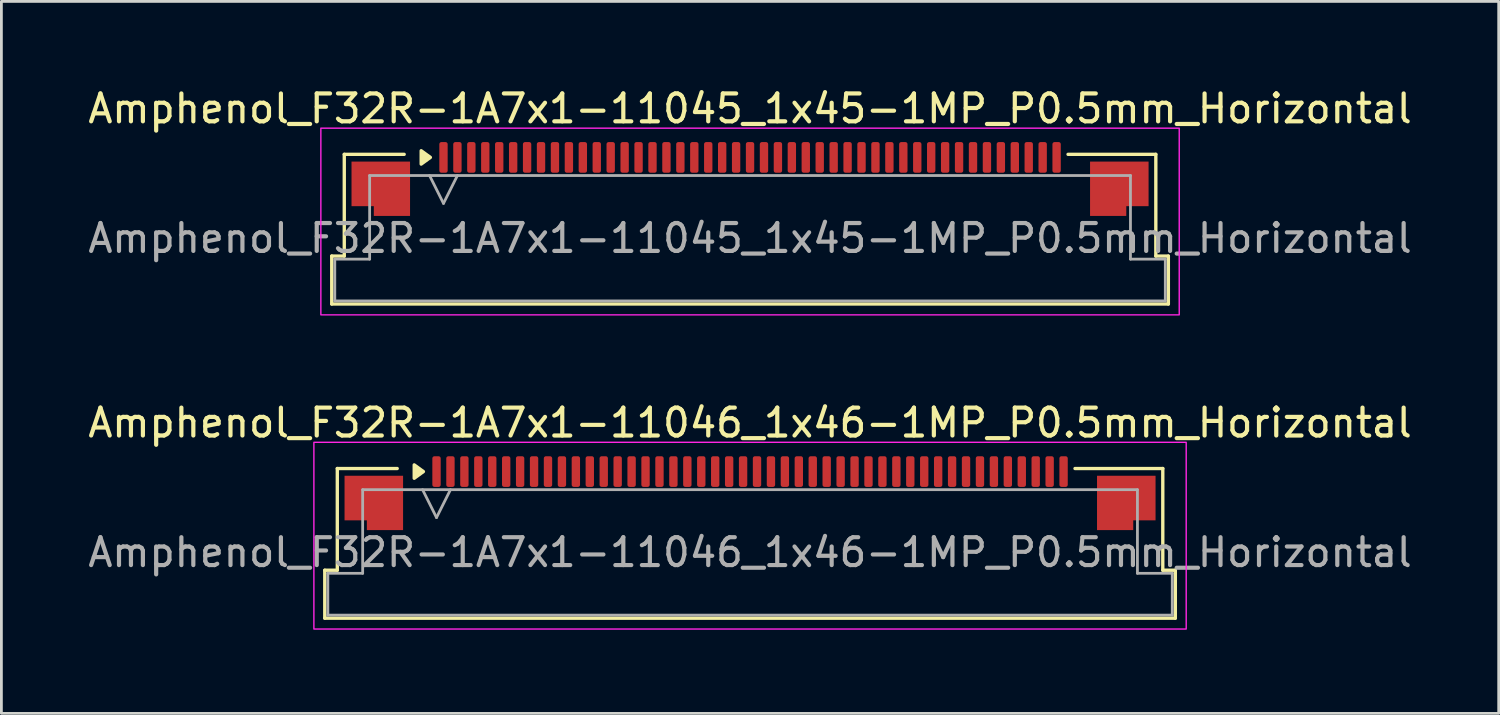
<source format=kicad_pcb>
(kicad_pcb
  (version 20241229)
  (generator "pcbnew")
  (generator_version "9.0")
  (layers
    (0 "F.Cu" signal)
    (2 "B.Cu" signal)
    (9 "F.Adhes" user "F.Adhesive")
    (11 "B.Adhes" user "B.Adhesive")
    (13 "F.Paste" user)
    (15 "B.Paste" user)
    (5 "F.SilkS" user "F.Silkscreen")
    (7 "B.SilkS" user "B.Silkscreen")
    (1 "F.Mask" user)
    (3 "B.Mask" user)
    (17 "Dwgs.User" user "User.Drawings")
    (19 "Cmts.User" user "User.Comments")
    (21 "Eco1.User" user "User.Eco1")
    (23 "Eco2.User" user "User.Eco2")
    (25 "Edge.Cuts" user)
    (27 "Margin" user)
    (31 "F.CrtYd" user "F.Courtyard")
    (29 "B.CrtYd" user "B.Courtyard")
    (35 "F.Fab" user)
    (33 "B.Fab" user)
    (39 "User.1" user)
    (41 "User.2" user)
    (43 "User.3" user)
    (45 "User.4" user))
  (footprint "Amphenol_F32R-1A7x1-11046_1x46-1MP_P0.5mm_Horizontal"
    (layer "F.Cu")
    (at 23.863 16.771)
    (property "Reference" "Amphenol_F32R-1A7x1-11046_1x46-1MP_P0.5mm_Horizontal" (at 0 -4.65 0) (layer "F.SilkS") (effects (font (size 1 1) (thickness 0.15))))
    (attr smd)
    (fp_line (start -15.26 0.64) (end -14.81 0.64) (stroke (width 0.12) (type solid)) (layer "F.SilkS"))
    (fp_line (start -15.26 2.36) (end -15.26 0.64) (stroke (width 0.12) (type solid)) (layer "F.SilkS"))
    (fp_line (start -14.81 -3.01) (end -12.66 -3.01) (stroke (width 0.12) (type solid)) (layer "F.SilkS"))
    (fp_line (start -14.81 0.64) (end -14.81 -3.01) (stroke (width 0.12) (type solid)) (layer "F.SilkS"))
    (fp_line (start 11.66 -3.01) (end 14.81 -3.01) (stroke (width 0.12) (type solid)) (layer "F.SilkS"))
    (fp_line (start 14.81 -3.01) (end 14.81 0.64) (stroke (width 0.12) (type solid)) (layer "F.SilkS"))
    (fp_line (start 14.81 0.64) (end 15.26 0.64) (stroke (width 0.12) (type solid)) (layer "F.SilkS"))
    (fp_line (start 15.26 0.64) (end 15.26 2.36) (stroke (width 0.12) (type solid)) (layer "F.SilkS"))
    (fp_line (start 15.26 2.36) (end -15.26 2.36) (stroke (width 0.12) (type solid)) (layer "F.SilkS"))
    (fp_poly (pts (xy -11.72 -2.9) (xy -12.05 -2.66) (xy -12.05 -3.14)) (stroke (width 0.12) (type solid)) (fill yes) (layer "F.SilkS"))
    (fp_rect (start -15.65 -3.95) (end 15.65 2.75) (stroke (width 0.05) (type solid)) (fill no) (layer "F.CrtYd"))
    (fp_line (start -15.15 0.75) (end -13.9 0.75) (stroke (width 0.1) (type solid)) (layer "F.Fab"))
    (fp_line (start -15.15 2.25) (end -15.15 0.75) (stroke (width 0.1) (type solid)) (layer "F.Fab"))
    (fp_line (start -13.9 -2.25) (end 13.9 -2.25) (stroke (width 0.1) (type solid)) (layer "F.Fab"))
    (fp_line (start -13.9 0.75) (end -13.9 -2.25) (stroke (width 0.1) (type solid)) (layer "F.Fab"))
    (fp_line (start -11.75 -2.25) (end -11.25 -1.25) (stroke (width 0.1) (type solid)) (layer "F.Fab"))
    (fp_line (start -11.25 -1.25) (end -10.75 -2.25) (stroke (width 0.1) (type solid)) (layer "F.Fab"))
    (fp_line (start 13.9 -2.25) (end 13.9 0.75) (stroke (width 0.1) (type solid)) (layer "F.Fab"))
    (fp_line (start 13.9 0.75) (end 15.15 0.75) (stroke (width 0.1) (type solid)) (layer "F.Fab"))
    (fp_line (start 15.15 0.75) (end 15.15 2.25) (stroke (width 0.1) (type solid)) (layer "F.Fab"))
    (fp_line (start 15.15 2.25) (end -15.15 2.25) (stroke (width 0.1) (type solid)) (layer "F.Fab"))
    (fp_text user "${REFERENCE}" (at 0 0 0) (layer "F.Fab") (effects (font (size 1 1) (thickness 0.15))))
    (pad "1" smd roundrect (at -11.25 -2.9) (size 0.3 1.1) (layers "F.Cu" "F.Mask" "F.Paste") (roundrect_rratio 0.25))
    (pad "2" smd roundrect (at -10.75 -2.9) (size 0.3 1.1) (layers "F.Cu" "F.Mask" "F.Paste") (roundrect_rratio 0.25))
    (pad "3" smd roundrect (at -10.25 -2.9) (size 0.3 1.1) (layers "F.Cu" "F.Mask" "F.Paste") (roundrect_rratio 0.25))
    (pad "4" smd roundrect (at -9.75 -2.9) (size 0.3 1.1) (layers "F.Cu" "F.Mask" "F.Paste") (roundrect_rratio 0.25))
    (pad "5" smd roundrect (at -9.25 -2.9) (size 0.3 1.1) (layers "F.Cu" "F.Mask" "F.Paste") (roundrect_rratio 0.25))
    (pad "6" smd roundrect (at -8.75 -2.9) (size 0.3 1.1) (layers "F.Cu" "F.Mask" "F.Paste") (roundrect_rratio 0.25))
    (pad "7" smd roundrect (at -8.25 -2.9) (size 0.3 1.1) (layers "F.Cu" "F.Mask" "F.Paste") (roundrect_rratio 0.25))
    (pad "8" smd roundrect (at -7.75 -2.9) (size 0.3 1.1) (layers "F.Cu" "F.Mask" "F.Paste") (roundrect_rratio 0.25))
    (pad "9" smd roundrect (at -7.25 -2.9) (size 0.3 1.1) (layers "F.Cu" "F.Mask" "F.Paste") (roundrect_rratio 0.25))
    (pad "10" smd roundrect (at -6.75 -2.9) (size 0.3 1.1) (layers "F.Cu" "F.Mask" "F.Paste") (roundrect_rratio 0.25))
    (pad "11" smd roundrect (at -6.25 -2.9) (size 0.3 1.1) (layers "F.Cu" "F.Mask" "F.Paste") (roundrect_rratio 0.25))
    (pad "12" smd roundrect (at -5.75 -2.9) (size 0.3 1.1) (layers "F.Cu" "F.Mask" "F.Paste") (roundrect_rratio 0.25))
    (pad "13" smd roundrect (at -5.25 -2.9) (size 0.3 1.1) (layers "F.Cu" "F.Mask" "F.Paste") (roundrect_rratio 0.25))
    (pad "14" smd roundrect (at -4.75 -2.9) (size 0.3 1.1) (layers "F.Cu" "F.Mask" "F.Paste") (roundrect_rratio 0.25))
    (pad "15" smd roundrect (at -4.25 -2.9) (size 0.3 1.1) (layers "F.Cu" "F.Mask" "F.Paste") (roundrect_rratio 0.25))
    (pad "16" smd roundrect (at -3.75 -2.9) (size 0.3 1.1) (layers "F.Cu" "F.Mask" "F.Paste") (roundrect_rratio 0.25))
    (pad "17" smd roundrect (at -3.25 -2.9) (size 0.3 1.1) (layers "F.Cu" "F.Mask" "F.Paste") (roundrect_rratio 0.25))
    (pad "18" smd roundrect (at -2.75 -2.9) (size 0.3 1.1) (layers "F.Cu" "F.Mask" "F.Paste") (roundrect_rratio 0.25))
    (pad "19" smd roundrect (at -2.25 -2.9) (size 0.3 1.1) (layers "F.Cu" "F.Mask" "F.Paste") (roundrect_rratio 0.25))
    (pad "20" smd roundrect (at -1.75 -2.9) (size 0.3 1.1) (layers "F.Cu" "F.Mask" "F.Paste") (roundrect_rratio 0.25))
    (pad "21" smd roundrect (at -1.25 -2.9) (size 0.3 1.1) (layers "F.Cu" "F.Mask" "F.Paste") (roundrect_rratio 0.25))
    (pad "22" smd roundrect (at -0.75 -2.9) (size 0.3 1.1) (layers "F.Cu" "F.Mask" "F.Paste") (roundrect_rratio 0.25))
    (pad "23" smd roundrect (at -0.25 -2.9) (size 0.3 1.1) (layers "F.Cu" "F.Mask" "F.Paste") (roundrect_rratio 0.25))
    (pad "24" smd roundrect (at 0.25 -2.9) (size 0.3 1.1) (layers "F.Cu" "F.Mask" "F.Paste") (roundrect_rratio 0.25))
    (pad "25" smd roundrect (at 0.75 -2.9) (size 0.3 1.1) (layers "F.Cu" "F.Mask" "F.Paste") (roundrect_rratio 0.25))
    (pad "26" smd roundrect (at 1.25 -2.9) (size 0.3 1.1) (layers "F.Cu" "F.Mask" "F.Paste") (roundrect_rratio 0.25))
    (pad "27" smd roundrect (at 1.75 -2.9) (size 0.3 1.1) (layers "F.Cu" "F.Mask" "F.Paste") (roundrect_rratio 0.25))
    (pad "28" smd roundrect (at 2.25 -2.9) (size 0.3 1.1) (layers "F.Cu" "F.Mask" "F.Paste") (roundrect_rratio 0.25))
    (pad "29" smd roundrect (at 2.75 -2.9) (size 0.3 1.1) (layers "F.Cu" "F.Mask" "F.Paste") (roundrect_rratio 0.25))
    (pad "30" smd roundrect (at 3.25 -2.9) (size 0.3 1.1) (layers "F.Cu" "F.Mask" "F.Paste") (roundrect_rratio 0.25))
    (pad "31" smd roundrect (at 3.75 -2.9) (size 0.3 1.1) (layers "F.Cu" "F.Mask" "F.Paste") (roundrect_rratio 0.25))
    (pad "32" smd roundrect (at 4.25 -2.9) (size 0.3 1.1) (layers "F.Cu" "F.Mask" "F.Paste") (roundrect_rratio 0.25))
    (pad "33" smd roundrect (at 4.75 -2.9) (size 0.3 1.1) (layers "F.Cu" "F.Mask" "F.Paste") (roundrect_rratio 0.25))
    (pad "34" smd roundrect (at 5.25 -2.9) (size 0.3 1.1) (layers "F.Cu" "F.Mask" "F.Paste") (roundrect_rratio 0.25))
    (pad "35" smd roundrect (at 5.75 -2.9) (size 0.3 1.1) (layers "F.Cu" "F.Mask" "F.Paste") (roundrect_rratio 0.25))
    (pad "36" smd roundrect (at 6.25 -2.9) (size 0.3 1.1) (layers "F.Cu" "F.Mask" "F.Paste") (roundrect_rratio 0.25))
    (pad "37" smd roundrect (at 6.75 -2.9) (size 0.3 1.1) (layers "F.Cu" "F.Mask" "F.Paste") (roundrect_rratio 0.25))
    (pad "38" smd roundrect (at 7.25 -2.9) (size 0.3 1.1) (layers "F.Cu" "F.Mask" "F.Paste") (roundrect_rratio 0.25))
    (pad "39" smd roundrect (at 7.75 -2.9) (size 0.3 1.1) (layers "F.Cu" "F.Mask" "F.Paste") (roundrect_rratio 0.25))
    (pad "40" smd roundrect (at 8.25 -2.9) (size 0.3 1.1) (layers "F.Cu" "F.Mask" "F.Paste") (roundrect_rratio 0.25))
    (pad "41" smd roundrect (at 8.75 -2.9) (size 0.3 1.1) (layers "F.Cu" "F.Mask" "F.Paste") (roundrect_rratio 0.25))
    (pad "42" smd roundrect (at 9.25 -2.9) (size 0.3 1.1) (layers "F.Cu" "F.Mask" "F.Paste") (roundrect_rratio 0.25))
    (pad "43" smd roundrect (at 9.75 -2.9) (size 0.3 1.1) (layers "F.Cu" "F.Mask" "F.Paste") (roundrect_rratio 0.25))
    (pad "44" smd roundrect (at 10.25 -2.9) (size 0.3 1.1) (layers "F.Cu" "F.Mask" "F.Paste") (roundrect_rratio 0.25))
    (pad "45" smd roundrect (at 10.75 -2.9) (size 0.3 1.1) (layers "F.Cu" "F.Mask" "F.Paste") (roundrect_rratio 0.25))
    (pad "46" smd roundrect (at 11.25 -2.9) (size 0.3 1.1) (layers "F.Cu" "F.Mask" "F.Paste") (roundrect_rratio 0.25))
    (pad "MP" smd custom (at -13.5 -1.775) (size 1 1) (layers "F.Cu" "F.Mask" "F.Paste") (options (anchor circle)) (primitives (gr_poly (pts (xy 1.05 -0.975) (xy 1.05 0.975) (xy -0.25 0.975) (xy -0.25 0.625) (xy -1.05 0.625) (xy -1.05 -0.975)) (width 0) (fill yes))))
    (pad "MP" smd custom (at 13.5 -1.775) (size 1 1) (layers "F.Cu" "F.Mask" "F.Paste") (options (anchor circle)) (primitives (gr_poly (pts (xy -1.05 -0.975) (xy -1.05 0.975) (xy 0.25 0.975) (xy 0.25 0.625) (xy 1.05 0.625) (xy 1.05 -0.975)) (width 0) (fill yes)))))
  (footprint "Amphenol_F32R-1A7x1-11045_1x45-1MP_P0.5mm_Horizontal"
    (layer "F.Cu")
    (at 23.863 5.498)
    (property "Reference" "Amphenol_F32R-1A7x1-11045_1x45-1MP_P0.5mm_Horizontal" (at 0 -4.65 0) (layer "F.SilkS") (effects (font (size 1 1) (thickness 0.15))))
    (attr smd)
    (fp_line (start -15.01 0.64) (end -14.56 0.64) (stroke (width 0.12) (type solid)) (layer "F.SilkS"))
    (fp_line (start -15.01 2.36) (end -15.01 0.64) (stroke (width 0.12) (type solid)) (layer "F.SilkS"))
    (fp_line (start -14.56 -3.01) (end -12.41 -3.01) (stroke (width 0.12) (type solid)) (layer "F.SilkS"))
    (fp_line (start -14.56 0.64) (end -14.56 -3.01) (stroke (width 0.12) (type solid)) (layer "F.SilkS"))
    (fp_line (start 11.41 -3.01) (end 14.56 -3.01) (stroke (width 0.12) (type solid)) (layer "F.SilkS"))
    (fp_line (start 14.56 -3.01) (end 14.56 0.64) (stroke (width 0.12) (type solid)) (layer "F.SilkS"))
    (fp_line (start 14.56 0.64) (end 15.01 0.64) (stroke (width 0.12) (type solid)) (layer "F.SilkS"))
    (fp_line (start 15.01 0.64) (end 15.01 2.36) (stroke (width 0.12) (type solid)) (layer "F.SilkS"))
    (fp_line (start 15.01 2.36) (end -15.01 2.36) (stroke (width 0.12) (type solid)) (layer "F.SilkS"))
    (fp_poly (pts (xy -11.47 -2.9) (xy -11.8 -2.66) (xy -11.8 -3.14)) (stroke (width 0.12) (type solid)) (fill yes) (layer "F.SilkS"))
    (fp_rect (start -15.4 -3.95) (end 15.4 2.75) (stroke (width 0.05) (type solid)) (fill no) (layer "F.CrtYd"))
    (fp_line (start -14.9 0.75) (end -13.65 0.75) (stroke (width 0.1) (type solid)) (layer "F.Fab"))
    (fp_line (start -14.9 2.25) (end -14.9 0.75) (stroke (width 0.1) (type solid)) (layer "F.Fab"))
    (fp_line (start -13.65 -2.25) (end 13.65 -2.25) (stroke (width 0.1) (type solid)) (layer "F.Fab"))
    (fp_line (start -13.65 0.75) (end -13.65 -2.25) (stroke (width 0.1) (type solid)) (layer "F.Fab"))
    (fp_line (start -11.5 -2.25) (end -11 -1.25) (stroke (width 0.1) (type solid)) (layer "F.Fab"))
    (fp_line (start -11 -1.25) (end -10.5 -2.25) (stroke (width 0.1) (type solid)) (layer "F.Fab"))
    (fp_line (start 13.65 -2.25) (end 13.65 0.75) (stroke (width 0.1) (type solid)) (layer "F.Fab"))
    (fp_line (start 13.65 0.75) (end 14.9 0.75) (stroke (width 0.1) (type solid)) (layer "F.Fab"))
    (fp_line (start 14.9 0.75) (end 14.9 2.25) (stroke (width 0.1) (type solid)) (layer "F.Fab"))
    (fp_line (start 14.9 2.25) (end -14.9 2.25) (stroke (width 0.1) (type solid)) (layer "F.Fab"))
    (fp_text user "${REFERENCE}" (at 0 0 0) (layer "F.Fab") (effects (font (size 1 1) (thickness 0.15))))
    (pad "1" smd roundrect (at -11 -2.9) (size 0.3 1.1) (layers "F.Cu" "F.Mask" "F.Paste") (roundrect_rratio 0.25))
    (pad "2" smd roundrect (at -10.5 -2.9) (size 0.3 1.1) (layers "F.Cu" "F.Mask" "F.Paste") (roundrect_rratio 0.25))
    (pad "3" smd roundrect (at -10 -2.9) (size 0.3 1.1) (layers "F.Cu" "F.Mask" "F.Paste") (roundrect_rratio 0.25))
    (pad "4" smd roundrect (at -9.5 -2.9) (size 0.3 1.1) (layers "F.Cu" "F.Mask" "F.Paste") (roundrect_rratio 0.25))
    (pad "5" smd roundrect (at -9 -2.9) (size 0.3 1.1) (layers "F.Cu" "F.Mask" "F.Paste") (roundrect_rratio 0.25))
    (pad "6" smd roundrect (at -8.5 -2.9) (size 0.3 1.1) (layers "F.Cu" "F.Mask" "F.Paste") (roundrect_rratio 0.25))
    (pad "7" smd roundrect (at -8 -2.9) (size 0.3 1.1) (layers "F.Cu" "F.Mask" "F.Paste") (roundrect_rratio 0.25))
    (pad "8" smd roundrect (at -7.5 -2.9) (size 0.3 1.1) (layers "F.Cu" "F.Mask" "F.Paste") (roundrect_rratio 0.25))
    (pad "9" smd roundrect (at -7 -2.9) (size 0.3 1.1) (layers "F.Cu" "F.Mask" "F.Paste") (roundrect_rratio 0.25))
    (pad "10" smd roundrect (at -6.5 -2.9) (size 0.3 1.1) (layers "F.Cu" "F.Mask" "F.Paste") (roundrect_rratio 0.25))
    (pad "11" smd roundrect (at -6 -2.9) (size 0.3 1.1) (layers "F.Cu" "F.Mask" "F.Paste") (roundrect_rratio 0.25))
    (pad "12" smd roundrect (at -5.5 -2.9) (size 0.3 1.1) (layers "F.Cu" "F.Mask" "F.Paste") (roundrect_rratio 0.25))
    (pad "13" smd roundrect (at -5 -2.9) (size 0.3 1.1) (layers "F.Cu" "F.Mask" "F.Paste") (roundrect_rratio 0.25))
    (pad "14" smd roundrect (at -4.5 -2.9) (size 0.3 1.1) (layers "F.Cu" "F.Mask" "F.Paste") (roundrect_rratio 0.25))
    (pad "15" smd roundrect (at -4 -2.9) (size 0.3 1.1) (layers "F.Cu" "F.Mask" "F.Paste") (roundrect_rratio 0.25))
    (pad "16" smd roundrect (at -3.5 -2.9) (size 0.3 1.1) (layers "F.Cu" "F.Mask" "F.Paste") (roundrect_rratio 0.25))
    (pad "17" smd roundrect (at -3 -2.9) (size 0.3 1.1) (layers "F.Cu" "F.Mask" "F.Paste") (roundrect_rratio 0.25))
    (pad "18" smd roundrect (at -2.5 -2.9) (size 0.3 1.1) (layers "F.Cu" "F.Mask" "F.Paste") (roundrect_rratio 0.25))
    (pad "19" smd roundrect (at -2 -2.9) (size 0.3 1.1) (layers "F.Cu" "F.Mask" "F.Paste") (roundrect_rratio 0.25))
    (pad "20" smd roundrect (at -1.5 -2.9) (size 0.3 1.1) (layers "F.Cu" "F.Mask" "F.Paste") (roundrect_rratio 0.25))
    (pad "21" smd roundrect (at -1 -2.9) (size 0.3 1.1) (layers "F.Cu" "F.Mask" "F.Paste") (roundrect_rratio 0.25))
    (pad "22" smd roundrect (at -0.5 -2.9) (size 0.3 1.1) (layers "F.Cu" "F.Mask" "F.Paste") (roundrect_rratio 0.25))
    (pad "23" smd roundrect (at 0 -2.9) (size 0.3 1.1) (layers "F.Cu" "F.Mask" "F.Paste") (roundrect_rratio 0.25))
    (pad "24" smd roundrect (at 0.5 -2.9) (size 0.3 1.1) (layers "F.Cu" "F.Mask" "F.Paste") (roundrect_rratio 0.25))
    (pad "25" smd roundrect (at 1 -2.9) (size 0.3 1.1) (layers "F.Cu" "F.Mask" "F.Paste") (roundrect_rratio 0.25))
    (pad "26" smd roundrect (at 1.5 -2.9) (size 0.3 1.1) (layers "F.Cu" "F.Mask" "F.Paste") (roundrect_rratio 0.25))
    (pad "27" smd roundrect (at 2 -2.9) (size 0.3 1.1) (layers "F.Cu" "F.Mask" "F.Paste") (roundrect_rratio 0.25))
    (pad "28" smd roundrect (at 2.5 -2.9) (size 0.3 1.1) (layers "F.Cu" "F.Mask" "F.Paste") (roundrect_rratio 0.25))
    (pad "29" smd roundrect (at 3 -2.9) (size 0.3 1.1) (layers "F.Cu" "F.Mask" "F.Paste") (roundrect_rratio 0.25))
    (pad "30" smd roundrect (at 3.5 -2.9) (size 0.3 1.1) (layers "F.Cu" "F.Mask" "F.Paste") (roundrect_rratio 0.25))
    (pad "31" smd roundrect (at 4 -2.9) (size 0.3 1.1) (layers "F.Cu" "F.Mask" "F.Paste") (roundrect_rratio 0.25))
    (pad "32" smd roundrect (at 4.5 -2.9) (size 0.3 1.1) (layers "F.Cu" "F.Mask" "F.Paste") (roundrect_rratio 0.25))
    (pad "33" smd roundrect (at 5 -2.9) (size 0.3 1.1) (layers "F.Cu" "F.Mask" "F.Paste") (roundrect_rratio 0.25))
    (pad "34" smd roundrect (at 5.5 -2.9) (size 0.3 1.1) (layers "F.Cu" "F.Mask" "F.Paste") (roundrect_rratio 0.25))
    (pad "35" smd roundrect (at 6 -2.9) (size 0.3 1.1) (layers "F.Cu" "F.Mask" "F.Paste") (roundrect_rratio 0.25))
    (pad "36" smd roundrect (at 6.5 -2.9) (size 0.3 1.1) (layers "F.Cu" "F.Mask" "F.Paste") (roundrect_rratio 0.25))
    (pad "37" smd roundrect (at 7 -2.9) (size 0.3 1.1) (layers "F.Cu" "F.Mask" "F.Paste") (roundrect_rratio 0.25))
    (pad "38" smd roundrect (at 7.5 -2.9) (size 0.3 1.1) (layers "F.Cu" "F.Mask" "F.Paste") (roundrect_rratio 0.25))
    (pad "39" smd roundrect (at 8 -2.9) (size 0.3 1.1) (layers "F.Cu" "F.Mask" "F.Paste") (roundrect_rratio 0.25))
    (pad "40" smd roundrect (at 8.5 -2.9) (size 0.3 1.1) (layers "F.Cu" "F.Mask" "F.Paste") (roundrect_rratio 0.25))
    (pad "41" smd roundrect (at 9 -2.9) (size 0.3 1.1) (layers "F.Cu" "F.Mask" "F.Paste") (roundrect_rratio 0.25))
    (pad "42" smd roundrect (at 9.5 -2.9) (size 0.3 1.1) (layers "F.Cu" "F.Mask" "F.Paste") (roundrect_rratio 0.25))
    (pad "43" smd roundrect (at 10 -2.9) (size 0.3 1.1) (layers "F.Cu" "F.Mask" "F.Paste") (roundrect_rratio 0.25))
    (pad "44" smd roundrect (at 10.5 -2.9) (size 0.3 1.1) (layers "F.Cu" "F.Mask" "F.Paste") (roundrect_rratio 0.25))
    (pad "45" smd roundrect (at 11 -2.9) (size 0.3 1.1) (layers "F.Cu" "F.Mask" "F.Paste") (roundrect_rratio 0.25))
    (pad "MP" smd custom (at -13.25 -1.775) (size 1 1) (layers "F.Cu" "F.Mask" "F.Paste") (options (anchor circle)) (primitives (gr_poly (pts (xy 1.05 -0.975) (xy 1.05 0.975) (xy -0.25 0.975) (xy -0.25 0.625) (xy -1.05 0.625) (xy -1.05 -0.975)) (width 0) (fill yes))))
    (pad "MP" smd custom (at 13.25 -1.775) (size 1 1) (layers "F.Cu" "F.Mask" "F.Paste") (options (anchor circle)) (primitives (gr_poly (pts (xy -1.05 -0.975) (xy -1.05 0.975) (xy 0.25 0.975) (xy 0.25 0.625) (xy 1.05 0.625) (xy 1.05 -0.975)) (width 0) (fill yes)))))
  (gr_rect
    (start -3 -3)
    (end 50.726 22.547)
    (stroke (width 0.1) (type default))
    (fill no)
    (layer "Edge.Cuts")))
</source>
